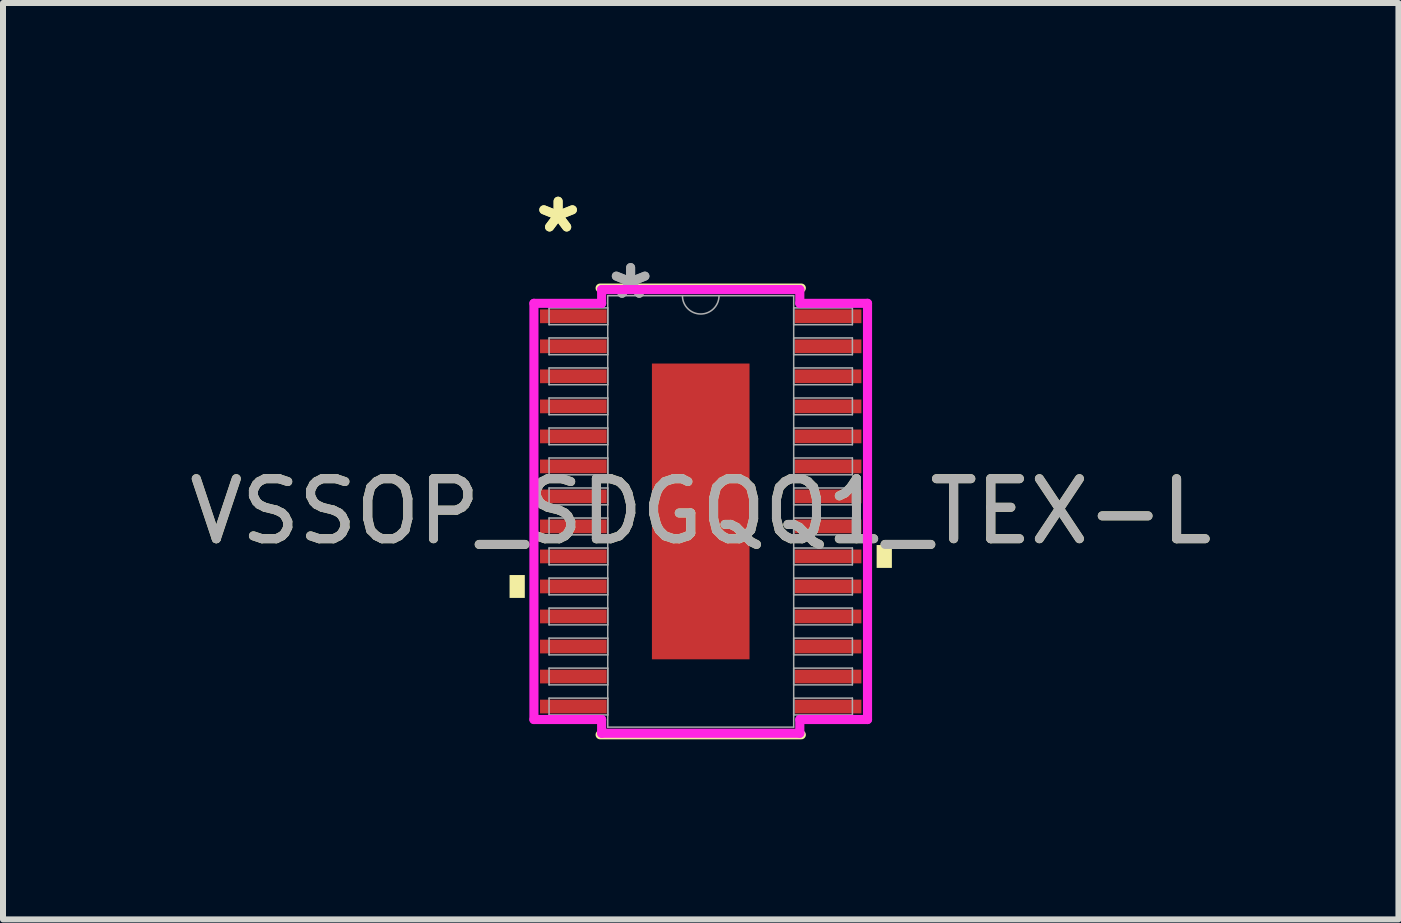
<source format=kicad_pcb>
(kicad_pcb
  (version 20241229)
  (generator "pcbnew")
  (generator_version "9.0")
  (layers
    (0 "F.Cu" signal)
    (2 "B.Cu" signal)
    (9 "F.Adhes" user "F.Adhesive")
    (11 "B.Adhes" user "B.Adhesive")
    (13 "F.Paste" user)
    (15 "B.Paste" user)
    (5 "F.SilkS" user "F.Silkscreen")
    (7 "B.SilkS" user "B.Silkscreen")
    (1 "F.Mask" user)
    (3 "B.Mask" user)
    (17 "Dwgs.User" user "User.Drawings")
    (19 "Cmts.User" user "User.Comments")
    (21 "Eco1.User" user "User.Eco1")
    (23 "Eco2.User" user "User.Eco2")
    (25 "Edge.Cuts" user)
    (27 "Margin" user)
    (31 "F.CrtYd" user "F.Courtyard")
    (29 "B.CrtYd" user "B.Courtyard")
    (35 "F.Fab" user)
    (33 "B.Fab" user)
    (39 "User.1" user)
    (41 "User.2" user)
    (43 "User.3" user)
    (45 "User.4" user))
  (footprint "VSSOP_SDGQQ1_TEX-L"
    (layer "F.Cu")
    (at 8.625 5.471)
    (property "Reference" "VSSOP_SDGQQ1_TEX-L" (at 0 0 0) (unlocked yes) (layer "F.SilkS") (effects (font (size 1 1) (thickness 0.15))))
    (attr smd)
    (fp_line (start -1.676 3.721) (end 1.676 3.721) (stroke (width 0.152) (type solid)) (layer "F.SilkS"))
    (fp_line (start 1.676 -3.721) (end -1.676 -3.721) (stroke (width 0.152) (type solid)) (layer "F.SilkS"))
    (fp_poly (pts (xy -3.185 1.06) (xy -3.185 1.441) (xy -2.931 1.441) (xy -2.931 1.06)) (stroke (width 0) (type solid)) (fill yes) (layer "F.SilkS"))
    (fp_poly (pts (xy 3.185 0.56) (xy 3.185 0.941) (xy 2.931 0.941) (xy 2.931 0.56)) (stroke (width 0) (type solid)) (fill yes) (layer "F.SilkS"))
    (fp_poly (pts (xy -0.713 -2.364) (xy -0.713 -0.921) (xy 0.713 -0.921) (xy 0.713 -2.364)) (stroke (width 0) (type solid)) (fill yes) (layer "F.Paste"))
    (fp_poly (pts (xy -0.713 -0.721) (xy -0.713 0.721) (xy 0.713 0.721) (xy 0.713 -0.721)) (stroke (width 0) (type solid)) (fill yes) (layer "F.Paste"))
    (fp_poly (pts (xy -0.713 0.921) (xy -0.713 2.364) (xy 0.713 2.364) (xy 0.713 0.921)) (stroke (width 0) (type solid)) (fill yes) (layer "F.Paste"))
    (fp_line (start -2.779 -3.467) (end -1.651 -3.467) (stroke (width 0.152) (type solid)) (layer "F.CrtYd"))
    (fp_line (start -2.779 3.467) (end -2.779 -3.467) (stroke (width 0.152) (type solid)) (layer "F.CrtYd"))
    (fp_line (start -2.779 3.467) (end -1.651 3.467) (stroke (width 0.152) (type solid)) (layer "F.CrtYd"))
    (fp_line (start -1.651 -3.696) (end 1.651 -3.696) (stroke (width 0.152) (type solid)) (layer "F.CrtYd"))
    (fp_line (start -1.651 -3.467) (end -1.651 -3.696) (stroke (width 0.152) (type solid)) (layer "F.CrtYd"))
    (fp_line (start -1.651 3.696) (end -1.651 3.467) (stroke (width 0.152) (type solid)) (layer "F.CrtYd"))
    (fp_line (start 1.651 -3.696) (end 1.651 -3.467) (stroke (width 0.152) (type solid)) (layer "F.CrtYd"))
    (fp_line (start 1.651 3.467) (end 1.651 3.696) (stroke (width 0.152) (type solid)) (layer "F.CrtYd"))
    (fp_line (start 1.651 3.696) (end -1.651 3.696) (stroke (width 0.152) (type solid)) (layer "F.CrtYd"))
    (fp_line (start 2.779 -3.467) (end 1.651 -3.467) (stroke (width 0.152) (type solid)) (layer "F.CrtYd"))
    (fp_line (start 2.779 -3.467) (end 2.779 3.467) (stroke (width 0.152) (type solid)) (layer "F.CrtYd"))
    (fp_line (start 2.779 3.467) (end 1.651 3.467) (stroke (width 0.152) (type solid)) (layer "F.CrtYd"))
    (fp_line (start -2.527 -3.391) (end -2.527 -3.111) (stroke (width 0.025) (type solid)) (layer "F.Fab"))
    (fp_line (start -2.527 -3.111) (end -1.549 -3.111) (stroke (width 0.025) (type solid)) (layer "F.Fab"))
    (fp_line (start -2.527 -2.89) (end -2.527 -2.611) (stroke (width 0.025) (type solid)) (layer "F.Fab"))
    (fp_line (start -2.527 -2.611) (end -1.549 -2.611) (stroke (width 0.025) (type solid)) (layer "F.Fab"))
    (fp_line (start -2.527 -2.39) (end -2.527 -2.111) (stroke (width 0.025) (type solid)) (layer "F.Fab"))
    (fp_line (start -2.527 -2.111) (end -1.549 -2.111) (stroke (width 0.025) (type solid)) (layer "F.Fab"))
    (fp_line (start -2.527 -1.89) (end -2.527 -1.611) (stroke (width 0.025) (type solid)) (layer "F.Fab"))
    (fp_line (start -2.527 -1.611) (end -1.549 -1.611) (stroke (width 0.025) (type solid)) (layer "F.Fab"))
    (fp_line (start -2.527 -1.39) (end -2.527 -1.111) (stroke (width 0.025) (type solid)) (layer "F.Fab"))
    (fp_line (start -2.527 -1.111) (end -1.549 -1.111) (stroke (width 0.025) (type solid)) (layer "F.Fab"))
    (fp_line (start -2.527 -0.89) (end -2.527 -0.61) (stroke (width 0.025) (type solid)) (layer "F.Fab"))
    (fp_line (start -2.527 -0.61) (end -1.549 -0.61) (stroke (width 0.025) (type solid)) (layer "F.Fab"))
    (fp_line (start -2.527 -0.39) (end -2.527 -0.11) (stroke (width 0.025) (type solid)) (layer "F.Fab"))
    (fp_line (start -2.527 -0.11) (end -1.549 -0.11) (stroke (width 0.025) (type solid)) (layer "F.Fab"))
    (fp_line (start -2.527 0.11) (end -2.527 0.39) (stroke (width 0.025) (type solid)) (layer "F.Fab"))
    (fp_line (start -2.527 0.39) (end -1.549 0.39) (stroke (width 0.025) (type solid)) (layer "F.Fab"))
    (fp_line (start -2.527 0.61) (end -2.527 0.89) (stroke (width 0.025) (type solid)) (layer "F.Fab"))
    (fp_line (start -2.527 0.89) (end -1.549 0.89) (stroke (width 0.025) (type solid)) (layer "F.Fab"))
    (fp_line (start -2.527 1.111) (end -2.527 1.39) (stroke (width 0.025) (type solid)) (layer "F.Fab"))
    (fp_line (start -2.527 1.39) (end -1.549 1.39) (stroke (width 0.025) (type solid)) (layer "F.Fab"))
    (fp_line (start -2.527 1.611) (end -2.527 1.89) (stroke (width 0.025) (type solid)) (layer "F.Fab"))
    (fp_line (start -2.527 1.89) (end -1.549 1.89) (stroke (width 0.025) (type solid)) (layer "F.Fab"))
    (fp_line (start -2.527 2.111) (end -2.527 2.39) (stroke (width 0.025) (type solid)) (layer "F.Fab"))
    (fp_line (start -2.527 2.39) (end -1.549 2.39) (stroke (width 0.025) (type solid)) (layer "F.Fab"))
    (fp_line (start -2.527 2.611) (end -2.527 2.89) (stroke (width 0.025) (type solid)) (layer "F.Fab"))
    (fp_line (start -2.527 2.89) (end -1.549 2.89) (stroke (width 0.025) (type solid)) (layer "F.Fab"))
    (fp_line (start -2.527 3.111) (end -2.527 3.391) (stroke (width 0.025) (type solid)) (layer "F.Fab"))
    (fp_line (start -2.527 3.391) (end -1.549 3.391) (stroke (width 0.025) (type solid)) (layer "F.Fab"))
    (fp_line (start -1.549 -3.594) (end -1.549 3.594) (stroke (width 0.025) (type solid)) (layer "F.Fab"))
    (fp_line (start -1.549 -3.391) (end -2.527 -3.391) (stroke (width 0.025) (type solid)) (layer "F.Fab"))
    (fp_line (start -1.549 -3.111) (end -1.549 -3.391) (stroke (width 0.025) (type solid)) (layer "F.Fab"))
    (fp_line (start -1.549 -2.89) (end -2.527 -2.89) (stroke (width 0.025) (type solid)) (layer "F.Fab"))
    (fp_line (start -1.549 -2.611) (end -1.549 -2.89) (stroke (width 0.025) (type solid)) (layer "F.Fab"))
    (fp_line (start -1.549 -2.39) (end -2.527 -2.39) (stroke (width 0.025) (type solid)) (layer "F.Fab"))
    (fp_line (start -1.549 -2.111) (end -1.549 -2.39) (stroke (width 0.025) (type solid)) (layer "F.Fab"))
    (fp_line (start -1.549 -1.89) (end -2.527 -1.89) (stroke (width 0.025) (type solid)) (layer "F.Fab"))
    (fp_line (start -1.549 -1.611) (end -1.549 -1.89) (stroke (width 0.025) (type solid)) (layer "F.Fab"))
    (fp_line (start -1.549 -1.39) (end -2.527 -1.39) (stroke (width 0.025) (type solid)) (layer "F.Fab"))
    (fp_line (start -1.549 -1.111) (end -1.549 -1.39) (stroke (width 0.025) (type solid)) (layer "F.Fab"))
    (fp_line (start -1.549 -0.89) (end -2.527 -0.89) (stroke (width 0.025) (type solid)) (layer "F.Fab"))
    (fp_line (start -1.549 -0.61) (end -1.549 -0.89) (stroke (width 0.025) (type solid)) (layer "F.Fab"))
    (fp_line (start -1.549 -0.39) (end -2.527 -0.39) (stroke (width 0.025) (type solid)) (layer "F.Fab"))
    (fp_line (start -1.549 -0.11) (end -1.549 -0.39) (stroke (width 0.025) (type solid)) (layer "F.Fab"))
    (fp_line (start -1.549 0.11) (end -2.527 0.11) (stroke (width 0.025) (type solid)) (layer "F.Fab"))
    (fp_line (start -1.549 0.39) (end -1.549 0.11) (stroke (width 0.025) (type solid)) (layer "F.Fab"))
    (fp_line (start -1.549 0.61) (end -2.527 0.61) (stroke (width 0.025) (type solid)) (layer "F.Fab"))
    (fp_line (start -1.549 0.89) (end -1.549 0.61) (stroke (width 0.025) (type solid)) (layer "F.Fab"))
    (fp_line (start -1.549 1.111) (end -2.527 1.111) (stroke (width 0.025) (type solid)) (layer "F.Fab"))
    (fp_line (start -1.549 1.39) (end -1.549 1.111) (stroke (width 0.025) (type solid)) (layer "F.Fab"))
    (fp_line (start -1.549 1.611) (end -2.527 1.611) (stroke (width 0.025) (type solid)) (layer "F.Fab"))
    (fp_line (start -1.549 1.89) (end -1.549 1.611) (stroke (width 0.025) (type solid)) (layer "F.Fab"))
    (fp_line (start -1.549 2.111) (end -2.527 2.111) (stroke (width 0.025) (type solid)) (layer "F.Fab"))
    (fp_line (start -1.549 2.39) (end -1.549 2.111) (stroke (width 0.025) (type solid)) (layer "F.Fab"))
    (fp_line (start -1.549 2.611) (end -2.527 2.611) (stroke (width 0.025) (type solid)) (layer "F.Fab"))
    (fp_line (start -1.549 2.89) (end -1.549 2.611) (stroke (width 0.025) (type solid)) (layer "F.Fab"))
    (fp_line (start -1.549 3.111) (end -2.527 3.111) (stroke (width 0.025) (type solid)) (layer "F.Fab"))
    (fp_line (start -1.549 3.391) (end -1.549 3.111) (stroke (width 0.025) (type solid)) (layer "F.Fab"))
    (fp_line (start -1.549 3.594) (end 1.549 3.594) (stroke (width 0.025) (type solid)) (layer "F.Fab"))
    (fp_line (start 1.549 -3.594) (end -1.549 -3.594) (stroke (width 0.025) (type solid)) (layer "F.Fab"))
    (fp_line (start 1.549 -3.391) (end 1.549 -3.111) (stroke (width 0.025) (type solid)) (layer "F.Fab"))
    (fp_line (start 1.549 -3.111) (end 2.527 -3.111) (stroke (width 0.025) (type solid)) (layer "F.Fab"))
    (fp_line (start 1.549 -2.89) (end 1.549 -2.611) (stroke (width 0.025) (type solid)) (layer "F.Fab"))
    (fp_line (start 1.549 -2.611) (end 2.527 -2.611) (stroke (width 0.025) (type solid)) (layer "F.Fab"))
    (fp_line (start 1.549 -2.39) (end 1.549 -2.111) (stroke (width 0.025) (type solid)) (layer "F.Fab"))
    (fp_line (start 1.549 -2.111) (end 2.527 -2.111) (stroke (width 0.025) (type solid)) (layer "F.Fab"))
    (fp_line (start 1.549 -1.89) (end 1.549 -1.611) (stroke (width 0.025) (type solid)) (layer "F.Fab"))
    (fp_line (start 1.549 -1.611) (end 2.527 -1.611) (stroke (width 0.025) (type solid)) (layer "F.Fab"))
    (fp_line (start 1.549 -1.39) (end 1.549 -1.111) (stroke (width 0.025) (type solid)) (layer "F.Fab"))
    (fp_line (start 1.549 -1.111) (end 2.527 -1.111) (stroke (width 0.025) (type solid)) (layer "F.Fab"))
    (fp_line (start 1.549 -0.89) (end 1.549 -0.61) (stroke (width 0.025) (type solid)) (layer "F.Fab"))
    (fp_line (start 1.549 -0.61) (end 2.527 -0.61) (stroke (width 0.025) (type solid)) (layer "F.Fab"))
    (fp_line (start 1.549 -0.39) (end 1.549 -0.11) (stroke (width 0.025) (type solid)) (layer "F.Fab"))
    (fp_line (start 1.549 -0.11) (end 2.527 -0.11) (stroke (width 0.025) (type solid)) (layer "F.Fab"))
    (fp_line (start 1.549 0.11) (end 1.549 0.39) (stroke (width 0.025) (type solid)) (layer "F.Fab"))
    (fp_line (start 1.549 0.39) (end 2.527 0.39) (stroke (width 0.025) (type solid)) (layer "F.Fab"))
    (fp_line (start 1.549 0.61) (end 1.549 0.89) (stroke (width 0.025) (type solid)) (layer "F.Fab"))
    (fp_line (start 1.549 0.89) (end 2.527 0.89) (stroke (width 0.025) (type solid)) (layer "F.Fab"))
    (fp_line (start 1.549 1.111) (end 1.549 1.39) (stroke (width 0.025) (type solid)) (layer "F.Fab"))
    (fp_line (start 1.549 1.39) (end 2.527 1.39) (stroke (width 0.025) (type solid)) (layer "F.Fab"))
    (fp_line (start 1.549 1.611) (end 1.549 1.89) (stroke (width 0.025) (type solid)) (layer "F.Fab"))
    (fp_line (start 1.549 1.89) (end 2.527 1.89) (stroke (width 0.025) (type solid)) (layer "F.Fab"))
    (fp_line (start 1.549 2.111) (end 1.549 2.39) (stroke (width 0.025) (type solid)) (layer "F.Fab"))
    (fp_line (start 1.549 2.39) (end 2.527 2.39) (stroke (width 0.025) (type solid)) (layer "F.Fab"))
    (fp_line (start 1.549 2.611) (end 1.549 2.89) (stroke (width 0.025) (type solid)) (layer "F.Fab"))
    (fp_line (start 1.549 2.89) (end 2.527 2.89) (stroke (width 0.025) (type solid)) (layer "F.Fab"))
    (fp_line (start 1.549 3.111) (end 1.549 3.391) (stroke (width 0.025) (type solid)) (layer "F.Fab"))
    (fp_line (start 1.549 3.391) (end 2.527 3.391) (stroke (width 0.025) (type solid)) (layer "F.Fab"))
    (fp_line (start 1.549 3.594) (end 1.549 -3.594) (stroke (width 0.025) (type solid)) (layer "F.Fab"))
    (fp_line (start 2.527 -3.391) (end 1.549 -3.391) (stroke (width 0.025) (type solid)) (layer "F.Fab"))
    (fp_line (start 2.527 -3.111) (end 2.527 -3.391) (stroke (width 0.025) (type solid)) (layer "F.Fab"))
    (fp_line (start 2.527 -2.89) (end 1.549 -2.89) (stroke (width 0.025) (type solid)) (layer "F.Fab"))
    (fp_line (start 2.527 -2.611) (end 2.527 -2.89) (stroke (width 0.025) (type solid)) (layer "F.Fab"))
    (fp_line (start 2.527 -2.39) (end 1.549 -2.39) (stroke (width 0.025) (type solid)) (layer "F.Fab"))
    (fp_line (start 2.527 -2.111) (end 2.527 -2.39) (stroke (width 0.025) (type solid)) (layer "F.Fab"))
    (fp_line (start 2.527 -1.89) (end 1.549 -1.89) (stroke (width 0.025) (type solid)) (layer "F.Fab"))
    (fp_line (start 2.527 -1.611) (end 2.527 -1.89) (stroke (width 0.025) (type solid)) (layer "F.Fab"))
    (fp_line (start 2.527 -1.39) (end 1.549 -1.39) (stroke (width 0.025) (type solid)) (layer "F.Fab"))
    (fp_line (start 2.527 -1.111) (end 2.527 -1.39) (stroke (width 0.025) (type solid)) (layer "F.Fab"))
    (fp_line (start 2.527 -0.89) (end 1.549 -0.89) (stroke (width 0.025) (type solid)) (layer "F.Fab"))
    (fp_line (start 2.527 -0.61) (end 2.527 -0.89) (stroke (width 0.025) (type solid)) (layer "F.Fab"))
    (fp_line (start 2.527 -0.39) (end 1.549 -0.39) (stroke (width 0.025) (type solid)) (layer "F.Fab"))
    (fp_line (start 2.527 -0.11) (end 2.527 -0.39) (stroke (width 0.025) (type solid)) (layer "F.Fab"))
    (fp_line (start 2.527 0.11) (end 1.549 0.11) (stroke (width 0.025) (type solid)) (layer "F.Fab"))
    (fp_line (start 2.527 0.39) (end 2.527 0.11) (stroke (width 0.025) (type solid)) (layer "F.Fab"))
    (fp_line (start 2.527 0.61) (end 1.549 0.61) (stroke (width 0.025) (type solid)) (layer "F.Fab"))
    (fp_line (start 2.527 0.89) (end 2.527 0.61) (stroke (width 0.025) (type solid)) (layer "F.Fab"))
    (fp_line (start 2.527 1.111) (end 1.549 1.111) (stroke (width 0.025) (type solid)) (layer "F.Fab"))
    (fp_line (start 2.527 1.39) (end 2.527 1.111) (stroke (width 0.025) (type solid)) (layer "F.Fab"))
    (fp_line (start 2.527 1.611) (end 1.549 1.611) (stroke (width 0.025) (type solid)) (layer "F.Fab"))
    (fp_line (start 2.527 1.89) (end 2.527 1.611) (stroke (width 0.025) (type solid)) (layer "F.Fab"))
    (fp_line (start 2.527 2.111) (end 1.549 2.111) (stroke (width 0.025) (type solid)) (layer "F.Fab"))
    (fp_line (start 2.527 2.39) (end 2.527 2.111) (stroke (width 0.025) (type solid)) (layer "F.Fab"))
    (fp_line (start 2.527 2.611) (end 1.549 2.611) (stroke (width 0.025) (type solid)) (layer "F.Fab"))
    (fp_line (start 2.527 2.89) (end 2.527 2.611) (stroke (width 0.025) (type solid)) (layer "F.Fab"))
    (fp_line (start 2.527 3.111) (end 1.549 3.111) (stroke (width 0.025) (type solid)) (layer "F.Fab"))
    (fp_line (start 2.527 3.391) (end 2.527 3.111) (stroke (width 0.025) (type solid)) (layer "F.Fab"))
    (fp_arc (start 0.3048 -3.5941) (mid 0 -3.2893) (end -0.3048 -3.5941) (stroke (width 0.0254) (type solid)) (layer "F.Fab"))
    (fp_text user "*" (at -2.376 -4.623 0) (unlocked yes) (layer "F.SilkS") (effects (font (size 1 1) (thickness 0.15))))
    (fp_text user "*" (at -2.376 -4.623 0) (layer "F.SilkS") (effects (font (size 1 1) (thickness 0.15))))
    (fp_text user "*" (at -1.168 -3.518 0) (unlocked yes) (layer "F.Fab") (effects (font (size 1 1) (thickness 0.15))))
    (fp_text user "*" (at -1.168 -3.518 0) (layer "F.Fab") (effects (font (size 1 1) (thickness 0.15))))
    (fp_text user "${REFERENCE}" (at 0 0 0) (unlocked yes) (layer "F.Fab") (effects (font (size 1 1) (thickness 0.15))))
    (pad "1" smd rect (at -2.122 -3.251) (size 1.111 0.229) (layers "F.Cu" "F.Mask" "F.Paste"))
    (pad "2" smd rect (at -2.122 -2.751) (size 1.111 0.229) (layers "F.Cu" "F.Mask" "F.Paste"))
    (pad "3" smd rect (at -2.122 -2.251) (size 1.111 0.229) (layers "F.Cu" "F.Mask" "F.Paste"))
    (pad "4" smd rect (at -2.122 -1.75) (size 1.111 0.229) (layers "F.Cu" "F.Mask" "F.Paste"))
    (pad "5" smd rect (at -2.122 -1.25) (size 1.111 0.229) (layers "F.Cu" "F.Mask" "F.Paste"))
    (pad "6" smd rect (at -2.122 -0.75) (size 1.111 0.229) (layers "F.Cu" "F.Mask" "F.Paste"))
    (pad "7" smd rect (at -2.122 -0.25) (size 1.111 0.229) (layers "F.Cu" "F.Mask" "F.Paste"))
    (pad "8" smd rect (at -2.122 0.25) (size 1.111 0.229) (layers "F.Cu" "F.Mask" "F.Paste"))
    (pad "9" smd rect (at -2.122 0.75) (size 1.111 0.229) (layers "F.Cu" "F.Mask" "F.Paste"))
    (pad "10" smd rect (at -2.122 1.25) (size 1.111 0.229) (layers "F.Cu" "F.Mask" "F.Paste"))
    (pad "11" smd rect (at -2.122 1.75) (size 1.111 0.229) (layers "F.Cu" "F.Mask" "F.Paste"))
    (pad "12" smd rect (at -2.122 2.251) (size 1.111 0.229) (layers "F.Cu" "F.Mask" "F.Paste"))
    (pad "13" smd rect (at -2.122 2.751) (size 1.111 0.229) (layers "F.Cu" "F.Mask" "F.Paste"))
    (pad "14" smd rect (at -2.122 3.251) (size 1.111 0.229) (layers "F.Cu" "F.Mask" "F.Paste"))
    (pad "15" smd rect (at 2.122 3.251) (size 1.111 0.229) (layers "F.Cu" "F.Mask" "F.Paste"))
    (pad "16" smd rect (at 2.122 2.751) (size 1.111 0.229) (layers "F.Cu" "F.Mask" "F.Paste"))
    (pad "17" smd rect (at 2.122 2.251) (size 1.111 0.229) (layers "F.Cu" "F.Mask" "F.Paste"))
    (pad "18" smd rect (at 2.122 1.75) (size 1.111 0.229) (layers "F.Cu" "F.Mask" "F.Paste"))
    (pad "19" smd rect (at 2.122 1.25) (size 1.111 0.229) (layers "F.Cu" "F.Mask" "F.Paste"))
    (pad "20" smd rect (at 2.122 0.75) (size 1.111 0.229) (layers "F.Cu" "F.Mask" "F.Paste"))
    (pad "21" smd rect (at 2.122 0.25) (size 1.111 0.229) (layers "F.Cu" "F.Mask" "F.Paste"))
    (pad "22" smd rect (at 2.122 -0.25) (size 1.111 0.229) (layers "F.Cu" "F.Mask" "F.Paste"))
    (pad "23" smd rect (at 2.122 -0.75) (size 1.111 0.229) (layers "F.Cu" "F.Mask" "F.Paste"))
    (pad "24" smd rect (at 2.122 -1.25) (size 1.111 0.229) (layers "F.Cu" "F.Mask" "F.Paste"))
    (pad "25" smd rect (at 2.122 -1.75) (size 1.111 0.229) (layers "F.Cu" "F.Mask" "F.Paste"))
    (pad "26" smd rect (at 2.122 -2.251) (size 1.111 0.229) (layers "F.Cu" "F.Mask" "F.Paste"))
    (pad "27" smd rect (at 2.122 -2.751) (size 1.111 0.229) (layers "F.Cu" "F.Mask" "F.Paste"))
    (pad "28" smd rect (at 2.122 -3.251) (size 1.111 0.229) (layers "F.Cu" "F.Mask" "F.Paste"))
    (pad "EPAD" smd rect (at 0 0) (size 1.626 4.928) (layers "F.Cu" "F.Mask")))
  (gr_rect
    (start -3 -3)
    (end 20.25 12.269)
    (stroke (width 0.1) (type default))
    (fill no)
    (layer "Edge.Cuts")))
</source>
